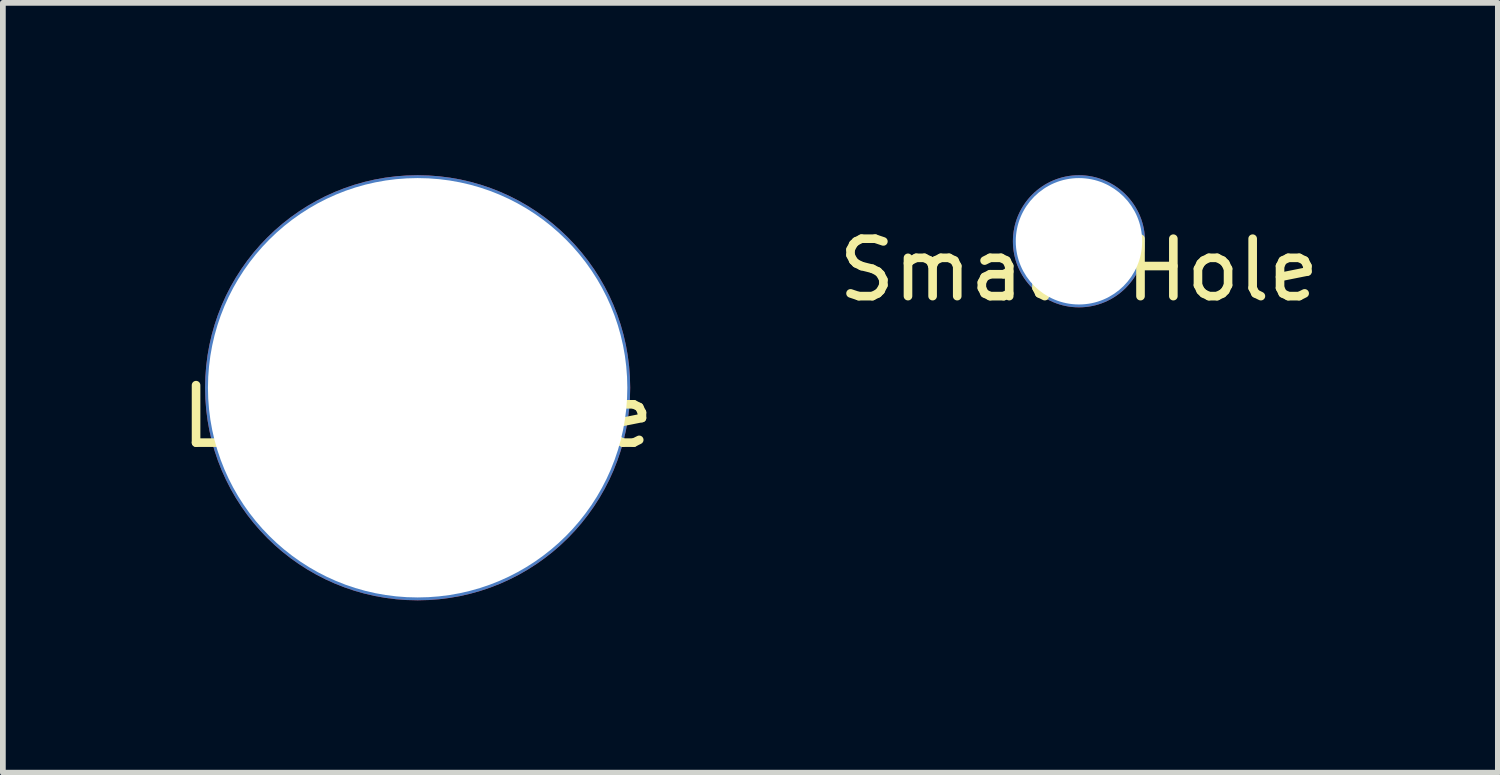
<source format=kicad_pcb>
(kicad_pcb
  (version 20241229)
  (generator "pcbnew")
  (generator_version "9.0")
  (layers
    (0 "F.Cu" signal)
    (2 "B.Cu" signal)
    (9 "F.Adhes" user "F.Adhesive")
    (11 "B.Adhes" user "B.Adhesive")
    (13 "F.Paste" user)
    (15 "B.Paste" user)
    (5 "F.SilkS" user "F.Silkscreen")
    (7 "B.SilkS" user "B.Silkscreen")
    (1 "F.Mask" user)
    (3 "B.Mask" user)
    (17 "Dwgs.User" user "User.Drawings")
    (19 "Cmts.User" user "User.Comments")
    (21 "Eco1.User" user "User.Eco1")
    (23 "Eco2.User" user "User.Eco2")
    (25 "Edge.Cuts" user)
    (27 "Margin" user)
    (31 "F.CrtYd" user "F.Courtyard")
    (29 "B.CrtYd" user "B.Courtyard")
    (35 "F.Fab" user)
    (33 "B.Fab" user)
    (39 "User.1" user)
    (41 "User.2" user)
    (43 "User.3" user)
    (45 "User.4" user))
  (footprint "Large Hole"
    (layer "F.Cu")
    (at 4.22 3.7)
    (property "Reference" "Large Hole" (at 0 0.5 0) (layer "F.SilkS") (effects (font (size 1 1) (thickness 0.15))))
    (attr through_hole)
    (pad "1" thru_hole circle (at 0 0) (size 7.4 7.4) (drill 7.3) (layers "*.Cu" "*.Mask")))
  (footprint "Small Hole"
    (layer "F.Cu")
    (at 15.732 1.15)
    (property "Reference" "Small Hole" (at 0 0.5 0) (layer "F.SilkS") (effects (font (size 1 1) (thickness 0.15))))
    (attr through_hole)
    (pad "1" thru_hole circle (at 0 0) (size 2.3 2.3) (drill 2.2) (layers "*.Cu" "*.Mask")))
  (gr_rect
    (start -3 -3)
    (end 23.024 10.4)
    (stroke (width 0.1) (type default))
    (fill no)
    (layer "Edge.Cuts")))
</source>
